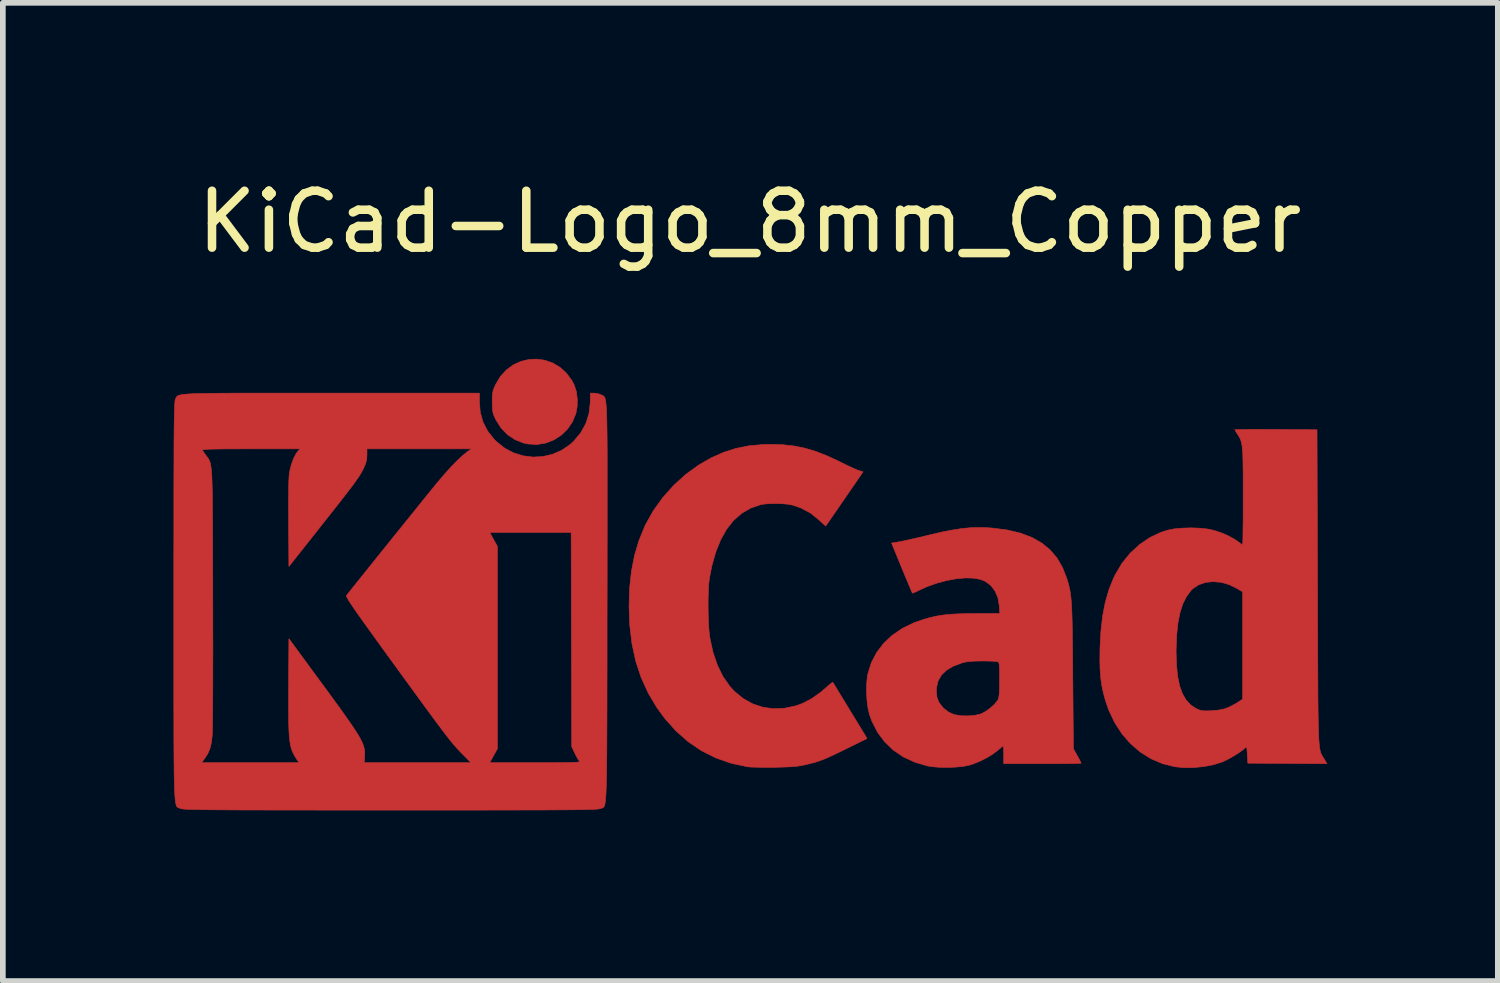
<source format=kicad_pcb>
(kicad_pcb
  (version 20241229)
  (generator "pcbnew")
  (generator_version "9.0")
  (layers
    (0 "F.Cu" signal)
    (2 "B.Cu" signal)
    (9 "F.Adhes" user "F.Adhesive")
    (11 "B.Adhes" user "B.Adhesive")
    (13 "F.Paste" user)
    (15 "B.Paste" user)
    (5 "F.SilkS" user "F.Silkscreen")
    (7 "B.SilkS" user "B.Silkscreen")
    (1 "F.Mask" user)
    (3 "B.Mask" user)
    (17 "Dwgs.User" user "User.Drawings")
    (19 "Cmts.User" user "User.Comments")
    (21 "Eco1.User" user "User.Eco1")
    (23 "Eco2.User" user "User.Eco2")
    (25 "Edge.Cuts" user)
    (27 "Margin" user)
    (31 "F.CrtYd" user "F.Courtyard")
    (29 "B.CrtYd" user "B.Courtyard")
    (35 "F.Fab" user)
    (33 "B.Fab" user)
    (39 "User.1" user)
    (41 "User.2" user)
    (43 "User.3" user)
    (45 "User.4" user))
  (footprint "KiCad-Logo_8mm_Copper"
    (layer "F.Cu")
    (at 10.129 7.198)
    (property "Reference" "KiCad-Logo_8mm_Copper" (at 0 -6.35 0) (layer "F.SilkS") (effects (font (size 1 1) (thickness 0.15))))
    (attr exclude_from_pos_files exclude_from_bom)
    (fp_poly (pts (xy -3.602 -3.916) (xy -3.466 -3.869) (xy -3.339 -3.794) (xy -3.226 -3.693) (xy -3.13 -3.564) (xy -3.087 -3.483) (xy -3.05 -3.37) (xy -3.032 -3.239) (xy -3.034 -3.105) (xy -3.056 -2.983) (xy -3.117 -2.834) (xy -3.205 -2.705) (xy -3.315 -2.598) (xy -3.444 -2.516) (xy -3.587 -2.461) (xy -3.739 -2.436) (xy -3.896 -2.444) (xy -3.973 -2.46) (xy -4.124 -2.519) (xy -4.258 -2.608) (xy -4.372 -2.726) (xy -4.463 -2.869) (xy -4.47 -2.885) (xy -4.497 -2.943) (xy -4.513 -2.993) (xy -4.522 -3.045) (xy -4.526 -3.111) (xy -4.527 -3.184) (xy -4.526 -3.271) (xy -4.521 -3.334) (xy -4.511 -3.385) (xy -4.492 -3.436) (xy -4.469 -3.487) (xy -4.384 -3.63) (xy -4.279 -3.745) (xy -4.158 -3.834) (xy -4.026 -3.895) (xy -3.886 -3.929) (xy -3.744 -3.936) (xy -3.602 -3.916)) (stroke (width 0.01) (type solid)) (fill yes) (layer "F.Cu"))
    (fp_poly (pts (xy 0.581 -2.431) (xy 0.777 -2.409) (xy 0.967 -2.371) (xy 1.158 -2.314) (xy 1.358 -2.236) (xy 1.576 -2.135) (xy 1.615 -2.115) (xy 1.705 -2.071) (xy 1.79 -2.031) (xy 1.861 -1.999) (xy 1.91 -1.979) (xy 1.918 -1.977) (xy 1.991 -1.955) (xy 1.665 -1.481) (xy 1.585 -1.365) (xy 1.512 -1.259) (xy 1.449 -1.167) (xy 1.397 -1.092) (xy 1.359 -1.038) (xy 1.339 -1.008) (xy 1.335 -1.003) (xy 1.322 -1.013) (xy 1.288 -1.043) (xy 1.24 -1.087) (xy 1.214 -1.112) (xy 1.065 -1.231) (xy 0.897 -1.321) (xy 0.753 -1.37) (xy 0.666 -1.386) (xy 0.558 -1.395) (xy 0.44 -1.398) (xy 0.326 -1.395) (xy 0.229 -1.385) (xy 0.19 -1.378) (xy 0.015 -1.317) (xy -0.143 -1.225) (xy -0.284 -1.102) (xy -0.407 -0.947) (xy -0.512 -0.76) (xy -0.599 -0.543) (xy -0.669 -0.294) (xy -0.71 -0.082) (xy -0.721 0.012) (xy -0.728 0.134) (xy -0.732 0.273) (xy -0.733 0.423) (xy -0.73 0.575) (xy -0.725 0.718) (xy -0.716 0.846) (xy -0.704 0.949) (xy -0.702 0.964) (xy -0.646 1.22) (xy -0.569 1.445) (xy -0.472 1.643) (xy -0.353 1.813) (xy -0.269 1.905) (xy -0.117 2.03) (xy 0.049 2.123) (xy 0.227 2.182) (xy 0.414 2.209) (xy 0.607 2.201) (xy 0.803 2.16) (xy 0.92 2.119) (xy 1.08 2.037) (xy 1.246 1.92) (xy 1.339 1.84) (xy 1.391 1.794) (xy 1.432 1.761) (xy 1.455 1.745) (xy 1.458 1.744) (xy 1.469 1.761) (xy 1.496 1.804) (xy 1.537 1.872) (xy 1.59 1.959) (xy 1.653 2.062) (xy 1.723 2.177) (xy 1.762 2.241) (xy 2.061 2.732) (xy 1.688 2.916) (xy 1.553 2.982) (xy 1.444 3.034) (xy 1.354 3.075) (xy 1.276 3.107) (xy 1.203 3.133) (xy 1.13 3.155) (xy 1.049 3.176) (xy 0.971 3.195) (xy 0.901 3.209) (xy 0.829 3.22) (xy 0.746 3.228) (xy 0.645 3.233) (xy 0.52 3.237) (xy 0.435 3.239) (xy 0.315 3.24) (xy 0.199 3.239) (xy 0.096 3.237) (xy 0.013 3.234) (xy -0.042 3.229) (xy -0.045 3.228) (xy -0.33 3.167) (xy -0.598 3.073) (xy -0.848 2.948) (xy -1.08 2.791) (xy -1.295 2.602) (xy -1.492 2.382) (xy -1.635 2.186) (xy -1.787 1.93) (xy -1.91 1.659) (xy -2.005 1.372) (xy -2.071 1.066) (xy -2.11 0.74) (xy -2.122 0.408) (xy -2.112 0.087) (xy -2.08 -0.209) (xy -2.026 -0.486) (xy -1.948 -0.747) (xy -1.845 -0.999) (xy -1.833 -1.025) (xy -1.697 -1.268) (xy -1.531 -1.5) (xy -1.338 -1.716) (xy -1.125 -1.91) (xy -0.894 -2.077) (xy -0.679 -2.2) (xy -0.462 -2.297) (xy -0.244 -2.366) (xy -0.018 -2.412) (xy 0.226 -2.434) (xy 0.372 -2.437) (xy 0.581 -2.431)) (stroke (width 0.01) (type solid)) (fill yes) (layer "F.Cu"))
    (fp_poly (pts (xy 9.042 -2.7) (xy 9.196 -2.699) (xy 9.248 -2.699) (xy 9.97 -2.694) (xy 9.979 0.073) (xy 9.98 0.448) (xy 9.981 0.788) (xy 9.982 1.096) (xy 9.983 1.373) (xy 9.984 1.621) (xy 9.985 1.841) (xy 9.986 2.036) (xy 9.988 2.206) (xy 9.99 2.354) (xy 9.993 2.482) (xy 9.996 2.592) (xy 9.999 2.684) (xy 10.003 2.761) (xy 10.008 2.825) (xy 10.013 2.877) (xy 10.02 2.92) (xy 10.027 2.954) (xy 10.035 2.982) (xy 10.044 3.005) (xy 10.055 3.026) (xy 10.066 3.045) (xy 10.079 3.066) (xy 10.093 3.089) (xy 10.096 3.093) (xy 10.144 3.175) (xy 8.754 3.166) (xy 8.745 3.013) (xy 8.74 2.94) (xy 8.735 2.898) (xy 8.728 2.881) (xy 8.717 2.884) (xy 8.709 2.894) (xy 8.67 2.929) (xy 8.608 2.975) (xy 8.531 3.025) (xy 8.447 3.074) (xy 8.365 3.117) (xy 8.302 3.145) (xy 8.155 3.192) (xy 7.986 3.225) (xy 7.808 3.243) (xy 7.633 3.245) (xy 7.474 3.229) (xy 7.472 3.229) (xy 7.254 3.174) (xy 7.05 3.087) (xy 6.863 2.97) (xy 6.693 2.824) (xy 6.542 2.651) (xy 6.414 2.453) (xy 6.309 2.232) (xy 6.252 2.068) (xy 6.215 1.931) (xy 6.187 1.799) (xy 6.168 1.663) (xy 6.157 1.514) (xy 6.153 1.347) (xy 6.155 1.209) (xy 7.493 1.209) (xy 7.5 1.439) (xy 7.52 1.637) (xy 7.554 1.805) (xy 7.603 1.943) (xy 7.668 2.055) (xy 7.748 2.142) (xy 7.842 2.204) (xy 7.89 2.227) (xy 7.932 2.24) (xy 7.979 2.247) (xy 8.042 2.247) (xy 8.11 2.245) (xy 8.243 2.233) (xy 8.349 2.21) (xy 8.382 2.198) (xy 8.458 2.164) (xy 8.538 2.121) (xy 8.572 2.1) (xy 8.663 2.041) (xy 8.663 0.155) (xy 8.563 0.095) (xy 8.424 0.027) (xy 8.282 -0.013) (xy 8.142 -0.025) (xy 8.009 -0.011) (xy 7.889 0.031) (xy 7.787 0.099) (xy 7.754 0.131) (xy 7.675 0.239) (xy 7.61 0.368) (xy 7.561 0.523) (xy 7.525 0.704) (xy 7.503 0.915) (xy 7.494 1.157) (xy 7.493 1.209) (xy 6.155 1.209) (xy 6.155 1.152) (xy 6.171 0.854) (xy 6.201 0.584) (xy 6.248 0.34) (xy 6.312 0.118) (xy 6.394 -0.087) (xy 6.424 -0.148) (xy 6.542 -0.347) (xy 6.684 -0.523) (xy 6.848 -0.674) (xy 7.029 -0.798) (xy 7.225 -0.891) (xy 7.343 -0.929) (xy 7.458 -0.952) (xy 7.597 -0.965) (xy 7.748 -0.97) (xy 7.898 -0.965) (xy 8.038 -0.951) (xy 8.15 -0.928) (xy 8.283 -0.885) (xy 8.412 -0.829) (xy 8.525 -0.767) (xy 8.585 -0.725) (xy 8.627 -0.693) (xy 8.656 -0.674) (xy 8.662 -0.671) (xy 8.664 -0.689) (xy 8.666 -0.739) (xy 8.668 -0.819) (xy 8.669 -0.924) (xy 8.671 -1.051) (xy 8.672 -1.197) (xy 8.672 -1.357) (xy 8.672 -1.521) (xy 8.672 -1.731) (xy 8.672 -1.908) (xy 8.67 -2.055) (xy 8.668 -2.176) (xy 8.665 -2.274) (xy 8.659 -2.353) (xy 8.652 -2.416) (xy 8.643 -2.467) (xy 8.631 -2.508) (xy 8.616 -2.543) (xy 8.598 -2.576) (xy 8.577 -2.61) (xy 8.574 -2.614) (xy 8.546 -2.658) (xy 8.529 -2.688) (xy 8.527 -2.694) (xy 8.545 -2.696) (xy 8.595 -2.698) (xy 8.673 -2.699) (xy 8.776 -2.7) (xy 8.9 -2.7) (xy 9.042 -2.7)) (stroke (width 0.01) (type solid)) (fill yes) (layer "F.Cu"))
    (fp_poly (pts (xy 4.186 -0.972) (xy 4.276 -0.965) (xy 4.533 -0.931) (xy 4.76 -0.877) (xy 4.96 -0.801) (xy 5.132 -0.703) (xy 5.278 -0.583) (xy 5.4 -0.44) (xy 5.497 -0.272) (xy 5.568 -0.091) (xy 5.586 -0.033) (xy 5.602 0.021) (xy 5.615 0.075) (xy 5.627 0.13) (xy 5.637 0.191) (xy 5.645 0.26) (xy 5.652 0.339) (xy 5.657 0.433) (xy 5.662 0.543) (xy 5.666 0.672) (xy 5.669 0.825) (xy 5.671 1.003) (xy 5.674 1.209) (xy 5.676 1.447) (xy 5.677 1.633) (xy 5.688 2.912) (xy 5.756 3.035) (xy 5.788 3.094) (xy 5.812 3.14) (xy 5.823 3.165) (xy 5.824 3.167) (xy 5.806 3.168) (xy 5.757 3.17) (xy 5.678 3.172) (xy 5.576 3.173) (xy 5.453 3.174) (xy 5.314 3.175) (xy 5.162 3.175) (xy 5.144 3.175) (xy 4.463 3.175) (xy 4.463 3.021) (xy 4.462 2.951) (xy 4.459 2.898) (xy 4.454 2.869) (xy 4.452 2.867) (xy 4.434 2.878) (xy 4.397 2.907) (xy 4.349 2.948) (xy 4.348 2.949) (xy 4.26 3.014) (xy 4.149 3.08) (xy 4.028 3.139) (xy 3.908 3.186) (xy 3.855 3.202) (xy 3.751 3.222) (xy 3.622 3.235) (xy 3.481 3.241) (xy 3.34 3.239) (xy 3.211 3.228) (xy 3.121 3.214) (xy 2.899 3.148) (xy 2.699 3.056) (xy 2.522 2.936) (xy 2.371 2.791) (xy 2.245 2.622) (xy 2.147 2.43) (xy 2.104 2.313) (xy 2.078 2.2) (xy 2.06 2.064) (xy 2.052 1.917) (xy 2.052 1.896) (xy 3.279 1.896) (xy 3.289 2.005) (xy 3.323 2.095) (xy 3.386 2.179) (xy 3.41 2.204) (xy 3.496 2.27) (xy 3.594 2.313) (xy 3.713 2.333) (xy 3.837 2.335) (xy 3.956 2.325) (xy 4.046 2.305) (xy 4.086 2.29) (xy 4.156 2.25) (xy 4.232 2.194) (xy 4.3 2.131) (xy 4.351 2.07) (xy 4.365 2.047) (xy 4.375 2.016) (xy 4.383 1.967) (xy 4.388 1.894) (xy 4.39 1.793) (xy 4.391 1.697) (xy 4.39 1.585) (xy 4.389 1.504) (xy 4.386 1.449) (xy 4.381 1.414) (xy 4.373 1.394) (xy 4.362 1.384) (xy 4.359 1.383) (xy 4.33 1.378) (xy 4.272 1.374) (xy 4.193 1.371) (xy 4.102 1.37) (xy 4.082 1.37) (xy 3.96 1.372) (xy 3.866 1.378) (xy 3.791 1.388) (xy 3.729 1.404) (xy 3.575 1.462) (xy 3.455 1.533) (xy 3.367 1.619) (xy 3.309 1.721) (xy 3.282 1.839) (xy 3.279 1.896) (xy 2.052 1.896) (xy 2.054 1.774) (xy 2.066 1.645) (xy 2.076 1.592) (xy 2.137 1.399) (xy 2.23 1.221) (xy 2.353 1.06) (xy 2.504 0.918) (xy 2.682 0.797) (xy 2.885 0.698) (xy 3.057 0.638) (xy 3.172 0.606) (xy 3.282 0.581) (xy 3.395 0.563) (xy 3.516 0.55) (xy 3.654 0.542) (xy 3.816 0.538) (xy 3.962 0.536) (xy 4.395 0.535) (xy 4.386 0.405) (xy 4.363 0.264) (xy 4.313 0.143) (xy 4.238 0.044) (xy 4.141 -0.029) (xy 4.056 -0.064) (xy 3.934 -0.086) (xy 3.789 -0.09) (xy 3.627 -0.075) (xy 3.455 -0.043) (xy 3.281 0.004) (xy 3.111 0.065) (xy 2.987 0.121) (xy 2.928 0.15) (xy 2.882 0.17) (xy 2.859 0.178) (xy 2.858 0.178) (xy 2.85 0.16) (xy 2.83 0.114) (xy 2.8 0.042) (xy 2.762 -0.049) (xy 2.717 -0.156) (xy 2.672 -0.265) (xy 2.492 -0.703) (xy 2.62 -0.724) (xy 2.676 -0.735) (xy 2.76 -0.753) (xy 2.864 -0.776) (xy 2.982 -0.803) (xy 3.107 -0.833) (xy 3.157 -0.845) (xy 3.372 -0.895) (xy 3.56 -0.932) (xy 3.728 -0.958) (xy 3.884 -0.973) (xy 4.034 -0.977) (xy 4.186 -0.972)) (stroke (width 0.01) (type solid)) (fill yes) (layer "F.Cu"))
    (fp_poly (pts (xy -7.87 -3.338) (xy -7.521 -3.338) (xy -7.358 -3.338) (xy -4.753 -3.338) (xy -4.753 -3.185) (xy -4.737 -2.998) (xy -4.688 -2.826) (xy -4.605 -2.667) (xy -4.488 -2.52) (xy -4.448 -2.481) (xy -4.306 -2.369) (xy -4.149 -2.287) (xy -3.982 -2.236) (xy -3.81 -2.214) (xy -3.637 -2.224) (xy -3.468 -2.263) (xy -3.308 -2.332) (xy -3.162 -2.432) (xy -3.096 -2.492) (xy -2.973 -2.639) (xy -2.883 -2.801) (xy -2.827 -2.976) (xy -2.805 -3.161) (xy -2.804 -3.18) (xy -2.803 -3.338) (xy -2.733 -3.338) (xy -2.671 -3.33) (xy -2.615 -3.309) (xy -2.611 -3.307) (xy -2.598 -3.301) (xy -2.587 -3.296) (xy -2.576 -3.29) (xy -2.566 -3.284) (xy -2.557 -3.274) (xy -2.549 -3.26) (xy -2.542 -3.239) (xy -2.536 -3.211) (xy -2.53 -3.174) (xy -2.525 -3.127) (xy -2.521 -3.067) (xy -2.517 -2.994) (xy -2.514 -2.906) (xy -2.512 -2.801) (xy -2.51 -2.678) (xy -2.508 -2.535) (xy -2.507 -2.372) (xy -2.506 -2.186) (xy -2.506 -1.976) (xy -2.506 -1.74) (xy -2.506 -1.477) (xy -2.506 -1.185) (xy -2.506 -0.864) (xy -2.507 -0.511) (xy -2.507 -0.124) (xy -2.508 0.297) (xy -2.508 0.348) (xy -2.509 0.771) (xy -2.509 1.16) (xy -2.509 1.516) (xy -2.51 1.839) (xy -2.51 2.133) (xy -2.511 2.398) (xy -2.512 2.635) (xy -2.513 2.847) (xy -2.514 3.034) (xy -2.516 3.199) (xy -2.517 3.342) (xy -2.52 3.466) (xy -2.523 3.571) (xy -2.526 3.66) (xy -2.53 3.733) (xy -2.534 3.793) (xy -2.539 3.84) (xy -2.545 3.877) (xy -2.551 3.904) (xy -2.558 3.924) (xy -2.566 3.937) (xy -2.575 3.946) (xy -2.585 3.951) (xy -2.596 3.955) (xy -2.608 3.958) (xy -2.621 3.963) (xy -2.624 3.964) (xy -2.634 3.967) (xy -2.651 3.97) (xy -2.676 3.973) (xy -2.71 3.976) (xy -2.756 3.978) (xy -2.814 3.98) (xy -2.886 3.982) (xy -2.973 3.983) (xy -3.078 3.985) (xy -3.201 3.986) (xy -3.343 3.987) (xy -3.507 3.988) (xy -3.694 3.989) (xy -3.905 3.989) (xy -4.141 3.99) (xy -4.405 3.99) (xy -4.697 3.991) (xy -5.019 3.991) (xy -5.373 3.991) (xy -5.759 3.991) (xy -6.18 3.991) (xy -6.316 3.991) (xy -6.747 3.991) (xy -7.142 3.991) (xy -7.504 3.991) (xy -7.835 3.99) (xy -8.134 3.99) (xy -8.405 3.99) (xy -8.649 3.989) (xy -8.866 3.989) (xy -9.059 3.988) (xy -9.229 3.987) (xy -9.378 3.986) (xy -9.506 3.985) (xy -9.616 3.983) (xy -9.709 3.982) (xy -9.786 3.98) (xy -9.848 3.978) (xy -9.899 3.976) (xy -9.937 3.974) (xy -9.967 3.971) (xy -9.987 3.968) (xy -10.001 3.965) (xy -10.009 3.962) (xy -10.023 3.956) (xy -10.035 3.952) (xy -10.046 3.948) (xy -10.057 3.942) (xy -10.066 3.934) (xy -10.075 3.92) (xy -10.082 3.901) (xy -10.089 3.874) (xy -10.095 3.839) (xy -10.101 3.793) (xy -10.105 3.734) (xy -10.109 3.663) (xy -10.112 3.576) (xy -10.115 3.473) (xy -10.118 3.352) (xy -10.119 3.211) (xy -10.12 3.157) (xy -9.636 3.157) (xy -7.924 3.157) (xy -7.957 3.107) (xy -7.99 3.056) (xy -8.018 3.007) (xy -8.041 2.957) (xy -8.06 2.903) (xy -8.075 2.841) (xy -8.086 2.768) (xy -8.095 2.68) (xy -8.101 2.574) (xy -8.105 2.447) (xy -8.106 2.294) (xy -8.107 2.114) (xy -8.106 1.902) (xy -8.106 1.823) (xy -8.101 0.978) (xy -7.566 1.707) (xy -7.414 1.913) (xy -7.283 2.093) (xy -7.17 2.249) (xy -7.075 2.383) (xy -6.996 2.497) (xy -6.931 2.594) (xy -6.88 2.676) (xy -6.84 2.746) (xy -6.811 2.806) (xy -6.791 2.858) (xy -6.778 2.905) (xy -6.771 2.949) (xy -6.769 2.992) (xy -6.77 3.038) (xy -6.77 3.043) (xy -6.776 3.157) (xy -4.901 3.157) (xy -5.04 3.016) (xy -5.078 2.978) (xy -5.114 2.94) (xy -5.15 2.902) (xy -5.186 2.86) (xy -5.226 2.814) (xy -5.27 2.76) (xy -5.32 2.696) (xy -5.377 2.622) (xy -5.443 2.534) (xy -5.521 2.43) (xy -5.61 2.309) (xy -5.713 2.169) (xy -5.832 2.006) (xy -5.967 1.82) (xy -6.121 1.609) (xy -6.247 1.435) (xy -6.406 1.217) (xy -6.544 1.026) (xy -6.663 0.86) (xy -6.765 0.719) (xy -6.85 0.599) (xy -6.92 0.5) (xy -6.976 0.419) (xy -7.019 0.355) (xy -7.051 0.305) (xy -7.072 0.269) (xy -7.085 0.243) (xy -7.09 0.227) (xy -7.088 0.218) (xy -7.071 0.196) (xy -7.032 0.148) (xy -6.976 0.077) (xy -6.904 -0.013) (xy -6.818 -0.12) (xy -6.721 -0.241) (xy -6.615 -0.373) (xy -6.502 -0.514) (xy -6.385 -0.659) (xy -6.266 -0.808) (xy -6.2 -0.889) (xy -4.571 -0.889) (xy -4.504 -0.767) (xy -4.436 -0.644) (xy -4.436 2.912) (xy -4.504 3.034) (xy -4.571 3.157) (xy -3.771 3.157) (xy -3.579 3.157) (xy -3.422 3.157) (xy -3.294 3.156) (xy -3.193 3.155) (xy -3.117 3.153) (xy -3.062 3.151) (xy -3.025 3.148) (xy -3.004 3.144) (xy -2.994 3.139) (xy -2.993 3.132) (xy -2.999 3.125) (xy -2.999 3.125) (xy -3.022 3.092) (xy -3.052 3.038) (xy -3.079 2.984) (xy -3.13 2.876) (xy -3.135 0.993) (xy -3.14 -0.889) (xy -4.571 -0.889) (xy -6.2 -0.889) (xy -6.147 -0.955) (xy -6.03 -1.1) (xy -5.918 -1.238) (xy -5.814 -1.368) (xy -5.719 -1.486) (xy -5.635 -1.589) (xy -5.566 -1.675) (xy -5.512 -1.74) (xy -5.481 -1.778) (xy -5.36 -1.92) (xy -5.244 -2.049) (xy -5.136 -2.159) (xy -5.04 -2.247) (xy -4.973 -2.301) (xy -4.893 -2.359) (xy -6.729 -2.359) (xy -6.729 -2.251) (xy -6.734 -2.172) (xy -6.753 -2.098) (xy -6.783 -2.029) (xy -6.802 -1.989) (xy -6.823 -1.95) (xy -6.847 -1.909) (xy -6.877 -1.863) (xy -6.914 -1.81) (xy -6.959 -1.746) (xy -7.016 -1.67) (xy -7.086 -1.579) (xy -7.17 -1.47) (xy -7.271 -1.341) (xy -7.391 -1.189) (xy -7.532 -1.011) (xy -7.547 -0.991) (xy -8.101 -0.291) (xy -8.106 -1.066) (xy -8.107 -1.299) (xy -8.107 -1.495) (xy -8.105 -1.657) (xy -8.103 -1.784) (xy -8.098 -1.878) (xy -8.093 -1.938) (xy -8.091 -1.95) (xy -8.061 -2.071) (xy -8.023 -2.18) (xy -7.979 -2.267) (xy -7.953 -2.304) (xy -7.907 -2.359) (xy -8.772 -2.359) (xy -8.978 -2.358) (xy -9.15 -2.358) (xy -9.291 -2.357) (xy -9.404 -2.355) (xy -9.49 -2.353) (xy -9.553 -2.35) (xy -9.594 -2.347) (xy -9.616 -2.342) (xy -9.623 -2.337) (xy -9.622 -2.336) (xy -9.604 -2.308) (xy -9.573 -2.264) (xy -9.558 -2.242) (xy -9.541 -2.22) (xy -9.526 -2.2) (xy -9.513 -2.181) (xy -9.502 -2.16) (xy -9.491 -2.135) (xy -9.482 -2.106) (xy -9.475 -2.068) (xy -9.468 -2.022) (xy -9.462 -1.964) (xy -9.457 -1.893) (xy -9.453 -1.806) (xy -9.45 -1.703) (xy -9.447 -1.58) (xy -9.445 -1.436) (xy -9.444 -1.27) (xy -9.443 -1.078) (xy -9.442 -0.86) (xy -9.441 -0.613) (xy -9.44 -0.335) (xy -9.439 -0.024) (xy -9.439 0.261) (xy -9.438 0.579) (xy -9.438 0.883) (xy -9.437 1.17) (xy -9.438 1.439) (xy -9.438 1.687) (xy -9.439 1.913) (xy -9.44 2.114) (xy -9.442 2.289) (xy -9.443 2.436) (xy -9.445 2.553) (xy -9.447 2.638) (xy -9.45 2.689) (xy -9.45 2.694) (xy -9.466 2.818) (xy -9.491 2.917) (xy -9.529 3.003) (xy -9.585 3.089) (xy -9.591 3.098) (xy -9.636 3.157) (xy -10.12 3.157) (xy -10.121 3.049) (xy -10.122 2.865) (xy -10.123 2.657) (xy -10.123 2.423) (xy -10.124 2.162) (xy -10.124 1.873) (xy -10.124 1.554) (xy -10.124 1.203) (xy -10.124 0.82) (xy -10.124 0.401) (xy -10.124 0.318) (xy -10.124 -0.104) (xy -10.124 -0.492) (xy -10.123 -0.847) (xy -10.123 -1.169) (xy -10.123 -1.462) (xy -10.123 -1.725) (xy -10.122 -1.961) (xy -10.121 -2.172) (xy -10.121 -2.357) (xy -10.12 -2.521) (xy -10.119 -2.662) (xy -10.117 -2.784) (xy -10.116 -2.887) (xy -10.114 -2.974) (xy -10.112 -3.045) (xy -10.11 -3.102) (xy -10.108 -3.146) (xy -10.105 -3.18) (xy -10.103 -3.204) (xy -10.1 -3.22) (xy -10.096 -3.23) (xy -10.096 -3.23) (xy -10.089 -3.245) (xy -10.084 -3.258) (xy -10.077 -3.27) (xy -10.069 -3.281) (xy -10.056 -3.29) (xy -10.037 -3.299) (xy -10.011 -3.306) (xy -9.976 -3.313) (xy -9.929 -3.318) (xy -9.87 -3.323) (xy -9.796 -3.327) (xy -9.705 -3.33) (xy -9.597 -3.332) (xy -9.469 -3.334) (xy -9.319 -3.336) (xy -9.146 -3.337) (xy -8.948 -3.338) (xy -8.723 -3.338) (xy -8.47 -3.338) (xy -8.186 -3.338) (xy -7.87 -3.338)) (stroke (width 0.01) (type solid)) (fill yes) (layer "F.Cu")))
  (gr_rect
    (start -3 -3)
    (end 23.277 14.194)
    (stroke (width 0.1) (type default))
    (fill no)
    (layer "Edge.Cuts")))
</source>
